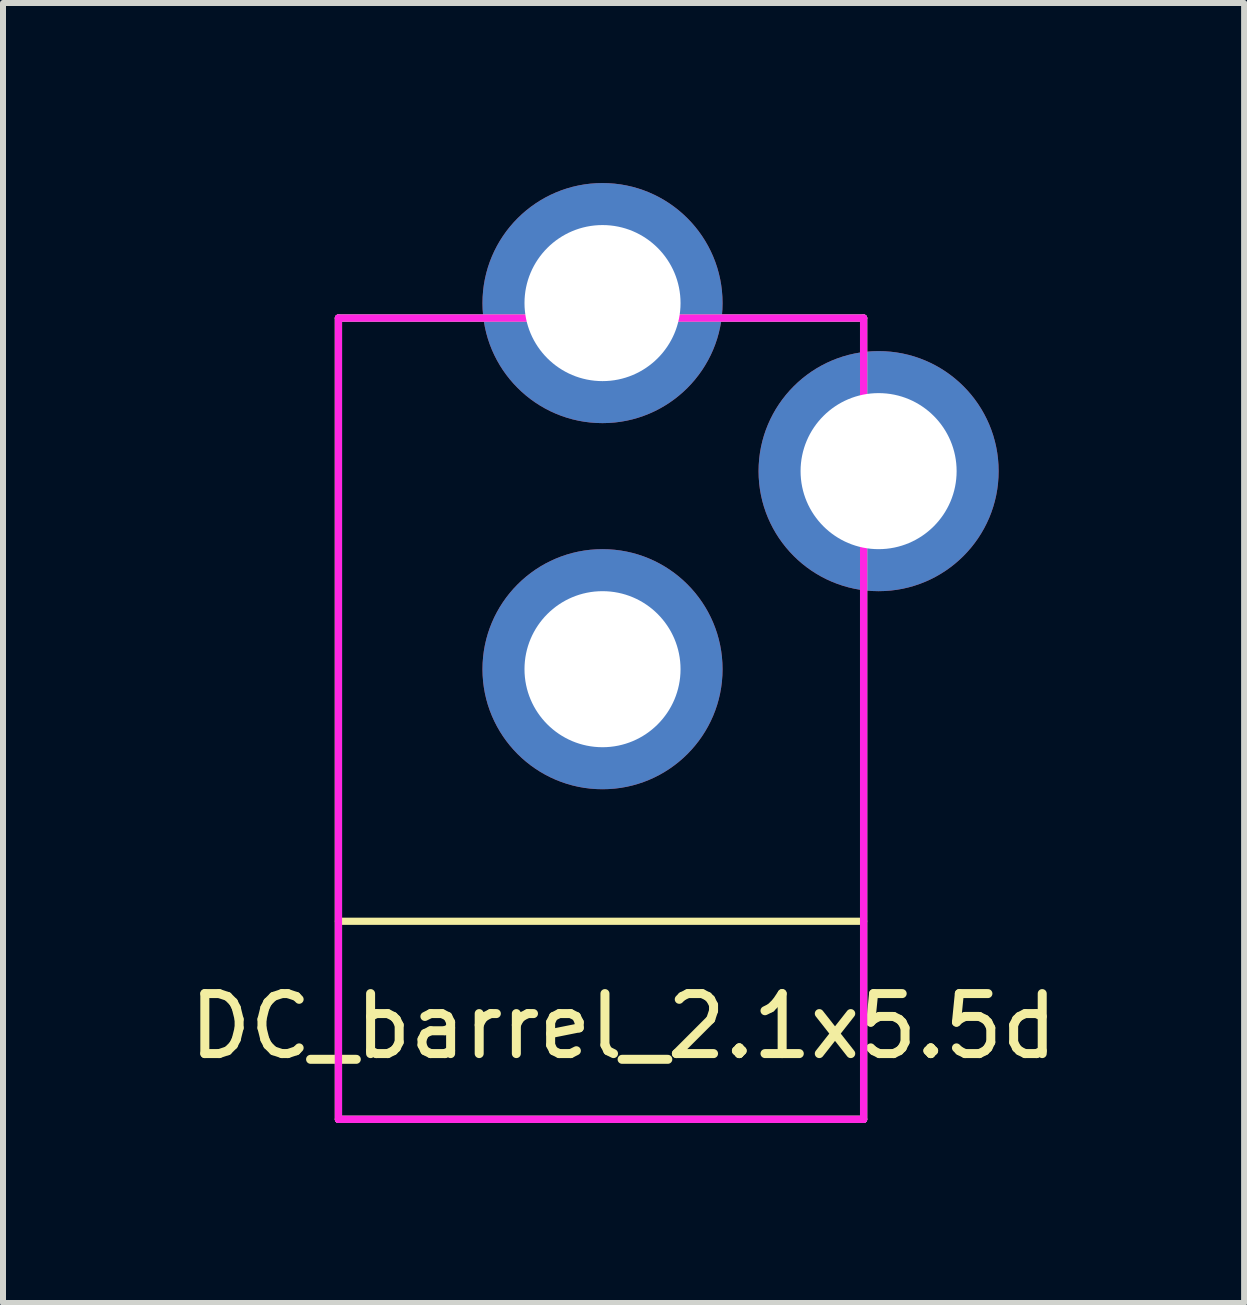
<source format=kicad_pcb>
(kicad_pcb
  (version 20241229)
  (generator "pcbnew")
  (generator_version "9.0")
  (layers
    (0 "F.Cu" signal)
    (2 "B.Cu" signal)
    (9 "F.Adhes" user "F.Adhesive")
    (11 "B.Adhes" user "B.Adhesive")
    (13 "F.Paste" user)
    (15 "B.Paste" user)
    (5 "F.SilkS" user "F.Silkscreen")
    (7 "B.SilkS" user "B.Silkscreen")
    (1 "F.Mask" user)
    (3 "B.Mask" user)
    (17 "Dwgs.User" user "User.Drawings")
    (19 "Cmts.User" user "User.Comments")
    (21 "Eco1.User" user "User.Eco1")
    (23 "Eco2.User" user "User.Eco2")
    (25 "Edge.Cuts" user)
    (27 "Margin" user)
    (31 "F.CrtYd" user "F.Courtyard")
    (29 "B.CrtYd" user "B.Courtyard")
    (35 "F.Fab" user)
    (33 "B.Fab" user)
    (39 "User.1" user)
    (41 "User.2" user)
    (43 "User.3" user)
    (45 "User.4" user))
  (footprint "DC_barrel_2.1x5.5d"
    (layer "F.Cu")
    (at 8.139 13.7)
    (property "Reference" "DC_barrel_2.1x5.5d" (at -0.8 0.35 0) (layer "F.SilkS") (effects (font (size 1 1) (thickness 0.15))))
    (attr through_hole)
    (fp_line (start -5.55 -11.45) (end -5.55 1.9) (stroke (width 0.12) (type solid)) (layer "F.SilkS"))
    (fp_line (start -5.55 -11.45) (end 3.2 -11.45) (stroke (width 0.12) (type solid)) (layer "F.SilkS"))
    (fp_line (start -5.55 -1.4) (end 3.2 -1.4) (stroke (width 0.12) (type solid)) (layer "F.SilkS"))
    (fp_line (start -5.55 1.9) (end 3.2 1.9) (stroke (width 0.12) (type solid)) (layer "F.SilkS"))
    (fp_line (start 3.2 1.9) (end 3.2 -11.45) (stroke (width 0.12) (type solid)) (layer "F.SilkS"))
    (fp_line (start -5.55 -11.45) (end -5.55 1.9) (stroke (width 0.12) (type solid)) (layer "F.CrtYd"))
    (fp_line (start -5.55 1.9) (end 3.2 1.9) (stroke (width 0.12) (type solid)) (layer "F.CrtYd"))
    (fp_line (start 3.2 -11.45) (end -5.55 -11.45) (stroke (width 0.12) (type solid)) (layer "F.CrtYd"))
    (fp_line (start 3.2 1.9) (end 3.2 -11.45) (stroke (width 0.12) (type solid)) (layer "F.CrtYd"))
    (fp_line (start -5.55 -11.45) (end -5.55 1.9) (stroke (width 0.12) (type solid)) (layer "F.Fab"))
    (fp_line (start -5.55 1.9) (end 3.2 1.9) (stroke (width 0.12) (type solid)) (layer "F.Fab"))
    (fp_line (start 3.2 -11.45) (end -5.55 -11.45) (stroke (width 0.12) (type solid)) (layer "F.Fab"))
    (fp_line (start 3.2 1.9) (end 3.2 -11.45) (stroke (width 0.12) (type solid)) (layer "F.Fab"))
    (pad "1" thru_hole circle (at -1.15 -11.7) (size 4 4) (drill 2.6) (layers "*.Cu" "*.Mask"))
    (pad "2" thru_hole circle (at -1.15 -5.6) (size 4 4) (drill 2.6) (layers "*.Cu" "*.Mask"))
    (pad "3" thru_hole circle (at 3.45 -8.9) (size 4 4) (drill 2.6) (layers "*.Cu" "*.Mask")))
  (gr_rect
    (start -3 -3)
    (end 17.679 18.66)
    (stroke (width 0.1) (type default))
    (fill no)
    (layer "Edge.Cuts")))
</source>
